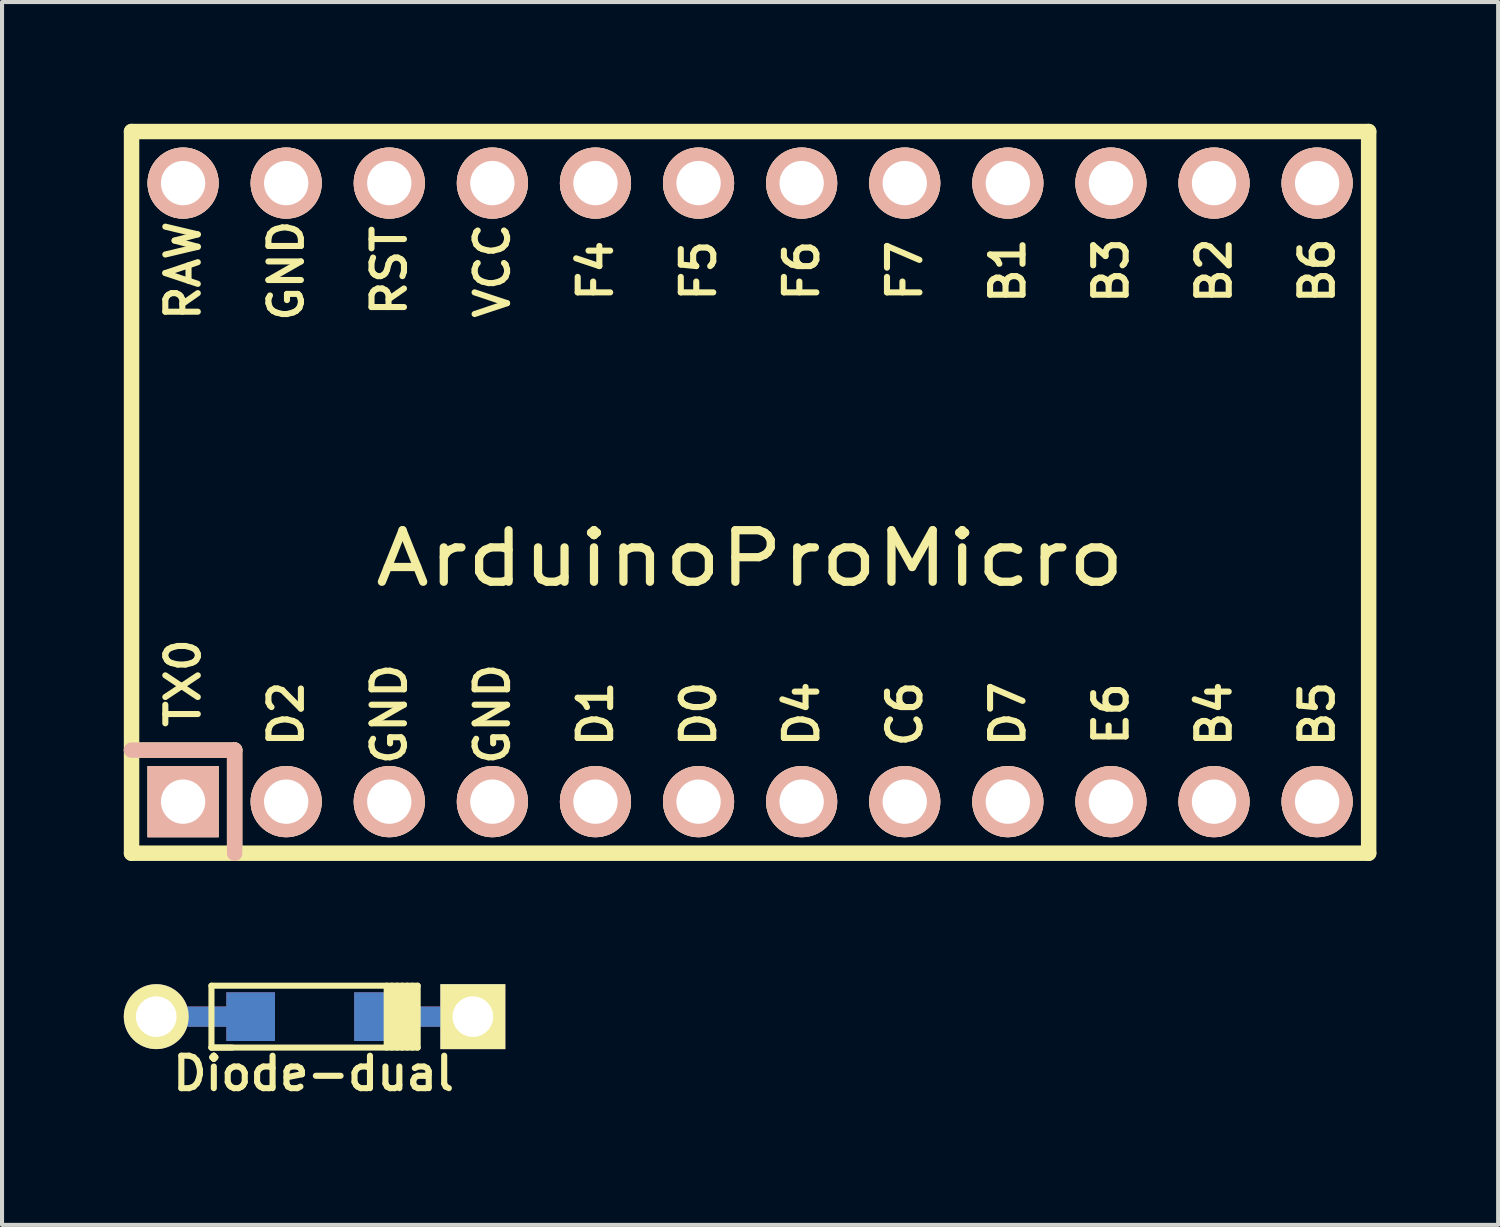
<source format=kicad_pcb>
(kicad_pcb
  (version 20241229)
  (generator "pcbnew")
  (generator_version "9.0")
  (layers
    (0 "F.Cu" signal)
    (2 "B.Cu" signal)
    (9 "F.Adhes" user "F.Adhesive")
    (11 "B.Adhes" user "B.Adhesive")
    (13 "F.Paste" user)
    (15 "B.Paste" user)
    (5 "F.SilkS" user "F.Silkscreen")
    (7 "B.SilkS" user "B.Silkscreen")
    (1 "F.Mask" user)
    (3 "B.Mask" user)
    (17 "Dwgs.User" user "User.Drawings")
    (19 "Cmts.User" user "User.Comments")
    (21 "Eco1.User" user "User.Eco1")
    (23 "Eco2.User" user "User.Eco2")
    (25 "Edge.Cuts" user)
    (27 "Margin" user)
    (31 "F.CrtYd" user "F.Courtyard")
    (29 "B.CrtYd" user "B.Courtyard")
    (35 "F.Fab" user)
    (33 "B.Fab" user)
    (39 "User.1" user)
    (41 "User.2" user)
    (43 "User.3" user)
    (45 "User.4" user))
  (footprint "ArduinoProMicro"
    (layer "F.Cu")
    (at 15.431 9.081)
    (property "Reference" "ArduinoProMicro" (at 0 1.625 0) (layer "F.SilkS") (effects (font (size 1.27 1.524) (thickness 0.203))))
    (attr through_hole)
    (fp_line (start -15.24 -8.89) (end -15.24 8.89) (stroke (width 0.381) (type solid)) (layer "F.SilkS"))
    (fp_line (start -15.24 6.35) (end -12.7 6.35) (stroke (width 0.381) (type solid)) (layer "F.SilkS"))
    (fp_line (start -15.24 8.89) (end 15.24 8.89) (stroke (width 0.381) (type solid)) (layer "F.SilkS"))
    (fp_line (start -12.7 6.35) (end -12.7 8.89) (stroke (width 0.381) (type solid)) (layer "F.SilkS"))
    (fp_line (start 15.24 -8.89) (end -15.24 -8.89) (stroke (width 0.381) (type solid)) (layer "F.SilkS"))
    (fp_line (start 15.24 8.89) (end 15.24 -8.89) (stroke (width 0.381) (type solid)) (layer "F.SilkS"))
    (fp_line (start -15.24 6.35) (end -12.7 6.35) (stroke (width 0.381) (type solid)) (layer "B.SilkS"))
    (fp_line (start -12.7 6.35) (end -12.7 8.89) (stroke (width 0.381) (type solid)) (layer "B.SilkS"))
    (fp_text user "B5" (at 13.97 5.461 90) (layer "F.SilkS") (effects (font (size 0.8 0.8) (thickness 0.15))))
    (fp_text user "B1" (at 6.35 -5.461 90) (layer "F.SilkS") (effects (font (size 0.8 0.8) (thickness 0.15))))
    (fp_text user "F4" (at -3.81 -5.461 90) (layer "F.SilkS") (effects (font (size 0.8 0.8) (thickness 0.15))))
    (fp_text user "RST" (at -8.89 -5.461 90) (layer "F.SilkS") (effects (font (size 0.8 0.8) (thickness 0.15))))
    (fp_text user "F6" (at 1.27 -5.461 90) (layer "F.SilkS") (effects (font (size 0.8 0.8) (thickness 0.15))))
    (fp_text user "D0" (at -1.27 5.461 90) (layer "F.SilkS") (effects (font (size 0.8 0.8) (thickness 0.15))))
    (fp_text user "F5" (at -1.27 -5.461 90) (layer "F.SilkS") (effects (font (size 0.8 0.8) (thickness 0.15))))
    (fp_text user "F7" (at 3.81 -5.461 90) (layer "F.SilkS") (effects (font (size 0.8 0.8) (thickness 0.15))))
    (fp_text user "B2" (at 11.43 -5.461 90) (layer "F.SilkS") (effects (font (size 0.8 0.8) (thickness 0.15))))
    (fp_text user "VCC" (at -6.35 -5.461 90) (layer "F.SilkS") (effects (font (size 0.8 0.8) (thickness 0.15))))
    (fp_text user "GND" (at -6.35 5.461 90) (layer "F.SilkS") (effects (font (size 0.8 0.8) (thickness 0.15))))
    (fp_text user "E6" (at 8.89 5.461 90) (layer "F.SilkS") (effects (font (size 0.8 0.8) (thickness 0.15))))
    (fp_text user "GND" (at -8.89 5.461 90) (layer "F.SilkS") (effects (font (size 0.8 0.8) (thickness 0.15))))
    (fp_text user "RAW" (at -13.97 -5.461 90) (layer "F.SilkS") (effects (font (size 0.8 0.8) (thickness 0.15))))
    (fp_text user "D2" (at -11.43 5.461 90) (layer "F.SilkS") (effects (font (size 0.8 0.8) (thickness 0.15))))
    (fp_text user "D1" (at -3.81 5.461 90) (layer "F.SilkS") (effects (font (size 0.8 0.8) (thickness 0.15))))
    (fp_text user "B4" (at 11.43 5.461 90) (layer "F.SilkS") (effects (font (size 0.8 0.8) (thickness 0.15))))
    (fp_text user "D4" (at 1.27 5.461 90) (layer "F.SilkS") (effects (font (size 0.8 0.8) (thickness 0.15))))
    (fp_text user "TX0" (at -13.97 4.699 90) (layer "F.SilkS") (effects (font (size 0.8 0.8) (thickness 0.15))))
    (fp_text user "B6" (at 13.97 -5.461 90) (layer "F.SilkS") (effects (font (size 0.8 0.8) (thickness 0.15))))
    (fp_text user "B3" (at 8.89 -5.461 90) (layer "F.SilkS") (effects (font (size 0.8 0.8) (thickness 0.15))))
    (fp_text user "GND" (at -11.43 -5.461 90) (layer "F.SilkS") (effects (font (size 0.8 0.8) (thickness 0.15))))
    (fp_text user "C6" (at 3.81 5.461 90) (layer "F.SilkS") (effects (font (size 0.8 0.8) (thickness 0.15))))
    (fp_text user "D7" (at 6.35 5.461 90) (layer "F.SilkS") (effects (font (size 0.8 0.8) (thickness 0.15))))
    (pad "1" thru_hole rect (at -13.97 7.62) (size 1.753 1.753) (drill 1.092) (layers "*.Cu" "*.SilkS" "*.Mask"))
    (pad "2" thru_hole circle (at -11.43 7.62) (size 1.753 1.753) (drill 1.092) (layers "*.Cu" "*.SilkS" "*.Mask"))
    (pad "3" thru_hole circle (at -8.89 7.62) (size 1.753 1.753) (drill 1.092) (layers "*.Cu" "*.SilkS" "*.Mask"))
    (pad "4" thru_hole circle (at -6.35 7.62) (size 1.753 1.753) (drill 1.092) (layers "*.Cu" "*.SilkS" "*.Mask"))
    (pad "5" thru_hole circle (at -3.81 7.62) (size 1.753 1.753) (drill 1.092) (layers "*.Cu" "*.SilkS" "*.Mask"))
    (pad "6" thru_hole circle (at -1.27 7.62) (size 1.753 1.753) (drill 1.092) (layers "*.Cu" "*.SilkS" "*.Mask"))
    (pad "7" thru_hole circle (at 1.27 7.62) (size 1.753 1.753) (drill 1.092) (layers "*.Cu" "*.SilkS" "*.Mask"))
    (pad "8" thru_hole circle (at 3.81 7.62) (size 1.753 1.753) (drill 1.092) (layers "*.Cu" "*.SilkS" "*.Mask"))
    (pad "9" thru_hole circle (at 6.35 7.62) (size 1.753 1.753) (drill 1.092) (layers "*.Cu" "*.SilkS" "*.Mask"))
    (pad "10" thru_hole circle (at 8.89 7.62) (size 1.753 1.753) (drill 1.092) (layers "*.Cu" "*.SilkS" "*.Mask"))
    (pad "11" thru_hole circle (at 11.43 7.62) (size 1.753 1.753) (drill 1.092) (layers "*.Cu" "*.SilkS" "*.Mask"))
    (pad "12" thru_hole circle (at 13.97 7.62) (size 1.753 1.753) (drill 1.092) (layers "*.Cu" "*.SilkS" "*.Mask"))
    (pad "13" thru_hole circle (at 13.97 -7.62) (size 1.753 1.753) (drill 1.092) (layers "*.Cu" "*.SilkS" "*.Mask"))
    (pad "14" thru_hole circle (at 11.43 -7.62) (size 1.753 1.753) (drill 1.092) (layers "*.Cu" "*.SilkS" "*.Mask"))
    (pad "15" thru_hole circle (at 8.89 -7.62) (size 1.753 1.753) (drill 1.092) (layers "*.Cu" "*.SilkS" "*.Mask"))
    (pad "16" thru_hole circle (at 6.35 -7.62) (size 1.753 1.753) (drill 1.092) (layers "*.Cu" "*.SilkS" "*.Mask"))
    (pad "17" thru_hole circle (at 3.81 -7.62) (size 1.753 1.753) (drill 1.092) (layers "*.Cu" "*.SilkS" "*.Mask"))
    (pad "18" thru_hole circle (at 1.27 -7.62) (size 1.753 1.753) (drill 1.092) (layers "*.Cu" "*.SilkS" "*.Mask"))
    (pad "19" thru_hole circle (at -1.27 -7.62) (size 1.753 1.753) (drill 1.092) (layers "*.Cu" "*.SilkS" "*.Mask"))
    (pad "20" thru_hole circle (at -3.81 -7.62) (size 1.753 1.753) (drill 1.092) (layers "*.Cu" "*.SilkS" "*.Mask"))
    (pad "21" thru_hole circle (at -6.35 -7.62) (size 1.753 1.753) (drill 1.092) (layers "*.Cu" "*.SilkS" "*.Mask"))
    (pad "22" thru_hole circle (at -8.89 -7.62) (size 1.753 1.753) (drill 1.092) (layers "*.Cu" "*.SilkS" "*.Mask"))
    (pad "23" thru_hole circle (at -11.43 -7.62) (size 1.753 1.753) (drill 1.092) (layers "*.Cu" "*.SilkS" "*.Mask"))
    (pad "24" thru_hole circle (at -13.97 -7.62) (size 1.753 1.753) (drill 1.092) (layers "*.Cu" "*.SilkS" "*.Mask")))
  (footprint "Diode-dual"
    (layer "F.Cu")
    (at 4.7 21.998)
    (property "Reference" "Diode-dual" (at -0.025 1.4 0) (layer "F.SilkS") (effects (font (size 0.8 0.8) (thickness 0.15))))
    (attr smd)
    (fp_line (start -2.54 0.762) (end -2.032 0.762) (stroke (width 0.15) (type solid)) (layer "F.SilkS"))
    (fp_line (start -2.54 0.762) (end 2.54 0.762) (stroke (width 0.15) (type solid)) (layer "F.SilkS"))
    (fp_line (start -2.54 -0.762) (end -2.54 0.762) (stroke (width 0.15) (type solid)) (layer "F.SilkS"))
    (fp_line (start 1.778 0.762) (end 1.778 -0.762) (stroke (width 0.15) (type solid)) (layer "F.SilkS"))
    (fp_line (start 1.905 0.762) (end 1.905 -0.762) (stroke (width 0.15) (type solid)) (layer "F.SilkS"))
    (fp_line (start 2.032 -0.762) (end 2.032 0.762) (stroke (width 0.15) (type solid)) (layer "F.SilkS"))
    (fp_line (start 2.159 0.762) (end 2.159 -0.762) (stroke (width 0.15) (type solid)) (layer "F.SilkS"))
    (fp_line (start 2.286 -0.762) (end 2.286 0.762) (stroke (width 0.15) (type solid)) (layer "F.SilkS"))
    (fp_line (start 2.413 0.762) (end 2.413 -0.762) (stroke (width 0.15) (type solid)) (layer "F.SilkS"))
    (fp_line (start 2.54 0.762) (end 2.54 -0.762) (stroke (width 0.15) (type solid)) (layer "F.SilkS"))
    (fp_line (start 2.54 -0.762) (end -2.54 -0.762) (stroke (width 0.15) (type solid)) (layer "F.SilkS"))
    (pad "1" smd rect (at 1.575 0) (size 1.2 1.2) (layers "F.Cu" "F.Mask" "F.Paste"))
    (pad "1" smd rect (at 1.575 0) (size 1.2 1.2) (layers "B.Cu" "B.Mask" "B.Paste"))
    (pad "1" smd rect (at 2.7 0) (size 2.5 0.5) (layers "F.Cu"))
    (pad "1" smd rect (at 2.7 0) (size 2.5 0.5) (layers "B.Cu"))
    (pad "1" thru_hole rect (at 3.9 0) (size 1.6 1.6) (drill 1) (layers "*.Cu" "*.Mask" "F.SilkS"))
    (pad "2" thru_hole circle (at -3.9 0) (size 1.6 1.6) (drill 1) (layers "*.Cu" "*.Mask" "F.SilkS"))
    (pad "2" smd rect (at -2.7 0) (size 2.5 0.5) (layers "F.Cu"))
    (pad "2" smd rect (at -2.7 0) (size 2.5 0.5) (layers "B.Cu"))
    (pad "2" smd rect (at -1.575 0) (size 1.2 1.2) (layers "F.Cu" "F.Mask" "F.Paste"))
    (pad "2" smd rect (at -1.575 0) (size 1.2 1.2) (layers "B.Cu" "B.Mask" "B.Paste")))
  (gr_rect
    (start -3 -3)
    (end 33.861 27.129)
    (stroke (width 0.1) (type default))
    (fill no)
    (layer "Edge.Cuts")))
</source>
